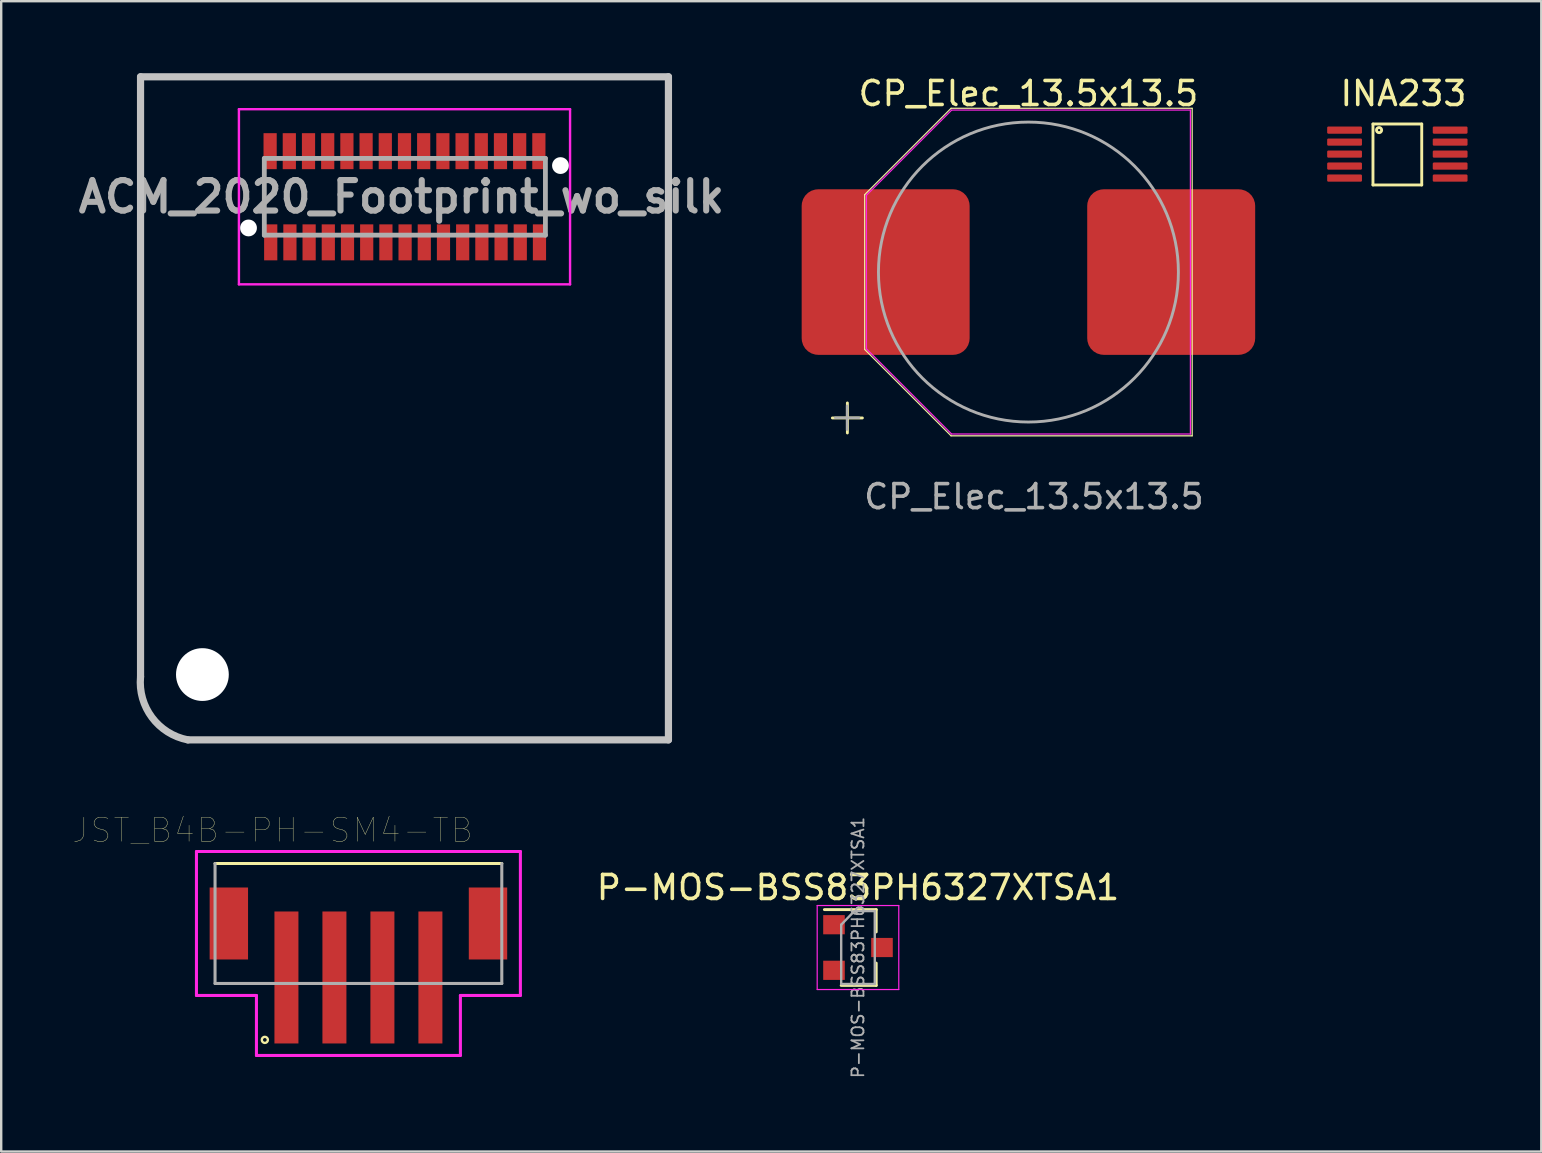
<source format=kicad_pcb>
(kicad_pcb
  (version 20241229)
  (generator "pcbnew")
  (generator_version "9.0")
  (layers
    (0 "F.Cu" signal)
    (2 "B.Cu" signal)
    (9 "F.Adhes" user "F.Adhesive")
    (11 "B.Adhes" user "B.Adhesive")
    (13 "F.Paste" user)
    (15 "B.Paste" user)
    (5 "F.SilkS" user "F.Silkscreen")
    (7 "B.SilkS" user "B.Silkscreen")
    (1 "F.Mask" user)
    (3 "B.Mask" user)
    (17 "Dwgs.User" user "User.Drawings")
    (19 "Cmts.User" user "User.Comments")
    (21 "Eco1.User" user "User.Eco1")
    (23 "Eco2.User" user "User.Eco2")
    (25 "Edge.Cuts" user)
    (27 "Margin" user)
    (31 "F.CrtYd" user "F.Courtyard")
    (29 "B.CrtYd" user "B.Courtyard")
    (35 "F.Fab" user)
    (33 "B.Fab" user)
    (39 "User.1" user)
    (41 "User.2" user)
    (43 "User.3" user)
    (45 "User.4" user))
  (footprint "CP_Elec_13.5x13.5"
    (layer "F.Cu")
    (at 39.809 8.288)
    (property "Reference" "CP_Elec_13.5x13.5" (at 0 -7.44 0) (layer "F.SilkS") (effects (font (size 1 1) (thickness 0.15))))
    (attr smd)
    (fp_line (start -8.17 6.08) (end -6.92 6.08) (stroke (width 0.12) (type solid)) (layer "F.SilkS"))
    (fp_line (start -7.545 5.455) (end -7.545 6.705) (stroke (width 0.12) (type solid)) (layer "F.SilkS"))
    (fp_line (start -6.825 -3.225) (end -3.225 -6.825) (stroke (width 0.05) (type solid)) (layer "F.SilkS"))
    (fp_line (start -6.825 3.225) (end -6.825 -3.225) (stroke (width 0.05) (type solid)) (layer "F.SilkS"))
    (fp_line (start -3.225 -6.825) (end 6.825 -6.825) (stroke (width 0.05) (type solid)) (layer "F.SilkS"))
    (fp_line (start -3.225 6.825) (end -6.825 3.225) (stroke (width 0.05) (type solid)) (layer "F.SilkS"))
    (fp_line (start 6.825 -6.825) (end 6.825 6.825) (stroke (width 0.05) (type solid)) (layer "F.SilkS"))
    (fp_line (start 6.825 6.825) (end -3.225 6.825) (stroke (width 0.05) (type solid)) (layer "F.SilkS"))
    (fp_line (start -6.75 -3.2) (end -6.75 3.2) (stroke (width 0.05) (type solid)) (layer "F.CrtYd"))
    (fp_line (start -6.75 -3.2) (end -3.2 -6.75) (stroke (width 0.05) (type solid)) (layer "F.CrtYd"))
    (fp_line (start -6.75 3.2) (end -3.2 6.75) (stroke (width 0.05) (type solid)) (layer "F.CrtYd"))
    (fp_line (start -3.2 -6.75) (end 6.75 -6.75) (stroke (width 0.05) (type solid)) (layer "F.CrtYd"))
    (fp_line (start -3.2 6.75) (end 6.75 6.75) (stroke (width 0.05) (type solid)) (layer "F.CrtYd"))
    (fp_line (start 6.75 -6.75) (end 6.75 6.75) (stroke (width 0.05) (type solid)) (layer "F.CrtYd"))
    (fp_line (start -8.058 6.07) (end -7.058 6.07) (stroke (width 0.1) (type solid)) (layer "F.Fab"))
    (fp_line (start -7.558 5.57) (end -7.558 6.57) (stroke (width 0.1) (type solid)) (layer "F.Fab"))
    (fp_circle (center 0 0) (end 6.25 0) (stroke (width 0.12) (type solid)) (fill no) (layer "F.Fab"))
    (fp_text user "${REFERENCE}" (at 0.23 9.36 0) (layer "F.Fab") (effects (font (size 1 1) (thickness 0.15))))
    (pad "1" smd roundrect (at -5.95 0) (size 7 6.9) (layers "F.Cu" "F.Mask" "F.Paste") (roundrect_rratio 0.1))
    (pad "2" smd roundrect (at 5.95 0) (size 7 6.9) (layers "F.Cu" "F.Mask" "F.Paste") (roundrect_rratio 0.1)))
  (footprint "P-MOS-BSS83PH6327XTSA1"
    (layer "F.Cu")
    (at 32.706 36.437)
    (property "Reference" "P-MOS-BSS83PH6327XTSA1" (at 0 -2.5 0) (layer "F.SilkS") (effects (font (size 1 1) (thickness 0.15))))
    (attr smd)
    (fp_line (start 0.76 -1.58) (end -1.4 -1.58) (stroke (width 0.12) (type solid)) (layer "F.SilkS"))
    (fp_line (start 0.76 -1.58) (end 0.76 -0.65) (stroke (width 0.12) (type solid)) (layer "F.SilkS"))
    (fp_line (start 0.76 1.58) (end -0.7 1.58) (stroke (width 0.12) (type solid)) (layer "F.SilkS"))
    (fp_line (start 0.76 1.58) (end 0.76 0.65) (stroke (width 0.12) (type solid)) (layer "F.SilkS"))
    (fp_line (start -1.7 -1.75) (end 1.7 -1.75) (stroke (width 0.05) (type solid)) (layer "F.CrtYd"))
    (fp_line (start -1.7 1.75) (end -1.7 -1.75) (stroke (width 0.05) (type solid)) (layer "F.CrtYd"))
    (fp_line (start 1.7 -1.75) (end 1.7 1.75) (stroke (width 0.05) (type solid)) (layer "F.CrtYd"))
    (fp_line (start 1.7 1.75) (end -1.7 1.75) (stroke (width 0.05) (type solid)) (layer "F.CrtYd"))
    (fp_line (start -0.7 -0.95) (end -0.7 1.5) (stroke (width 0.1) (type solid)) (layer "F.Fab"))
    (fp_line (start -0.7 -0.95) (end -0.15 -1.52) (stroke (width 0.1) (type solid)) (layer "F.Fab"))
    (fp_line (start -0.7 1.52) (end 0.7 1.52) (stroke (width 0.1) (type solid)) (layer "F.Fab"))
    (fp_line (start -0.15 -1.52) (end 0.7 -1.52) (stroke (width 0.1) (type solid)) (layer "F.Fab"))
    (fp_line (start 0.7 -1.52) (end 0.7 1.52) (stroke (width 0.1) (type solid)) (layer "F.Fab"))
    (fp_text user "${REFERENCE}" (at 0 0 90) (layer "F.Fab") (effects (font (size 0.5 0.5) (thickness 0.075))))
    (pad "1" smd rect (at -1 -0.95) (size 0.9 0.8) (layers "F.Cu" "F.Mask" "F.Paste"))
    (pad "2" smd rect (at -1 0.95) (size 0.9 0.8) (layers "F.Cu" "F.Mask" "F.Paste"))
    (pad "3" smd rect (at 1 0) (size 0.9 0.8) (layers "F.Cu" "F.Mask" "F.Paste")))
  (footprint "ACM_2020_Footprint_wo_silk"
    (layer "F.Cu")
    (at 13.807 5.15)
    (property "Reference" "ACM_2020_Footprint_wo_silk" (at -0.127 0 180) (layer "Eco1.User") (effects (font (size 1.27 1.27) (thickness 0.254))))
    (attr through_hole)
    (fp_line (start -11 -5) (end -11 20) (stroke (width 0.3) (type solid)) (layer "Dwgs.User"))
    (fp_line (start -11 -5) (end 11 -5) (stroke (width 0.3) (type solid)) (layer "Dwgs.User"))
    (fp_line (start 11 -5) (end 11 22.634) (stroke (width 0.3) (type solid)) (layer "Dwgs.User"))
    (fp_line (start 11 22.634) (end -9.026 22.634) (stroke (width 0.3) (type solid)) (layer "Dwgs.User"))
    (fp_arc (start -9.027064 22.634233) (mid -10.522425 21.698257) (end -11 20) (stroke (width 0.3) (type solid)) (layer "Dwgs.User"))
    (fp_line (start -6.9 -3.65) (end 6.9 -3.65) (stroke (width 0.1) (type solid)) (layer "F.CrtYd"))
    (fp_line (start -6.9 3.65) (end -6.9 -3.65) (stroke (width 0.1) (type solid)) (layer "F.CrtYd"))
    (fp_line (start 6.9 -3.65) (end 6.9 3.65) (stroke (width 0.1) (type solid)) (layer "F.CrtYd"))
    (fp_line (start 6.9 3.65) (end -6.9 3.65) (stroke (width 0.1) (type solid)) (layer "F.CrtYd"))
    (fp_line (start -5.842 -1.6) (end 5.873 -1.6) (stroke (width 0.2) (type solid)) (layer "F.Fab"))
    (fp_line (start -5.842 1.6) (end -5.842 -1.6) (stroke (width 0.2) (type solid)) (layer "F.Fab"))
    (fp_line (start 5.873 -1.6) (end 5.873 1.6) (stroke (width 0.2) (type solid)) (layer "F.Fab"))
    (fp_line (start 5.873 1.6) (end -5.842 1.6) (stroke (width 0.2) (type solid)) (layer "F.Fab"))
    (fp_text user "${REFERENCE}" (at -0.127 0 180) (layer "F.Fab") (effects (font (size 1.27 1.27) (thickness 0.254))))
    (pad "" np_thru_hole circle (at -8.422 19.912) (size 2.2 2.2) (drill 2.2) (layers "*.Cu" "*.Mask"))
    (pad "" np_thru_hole circle (at -6.5 1.3) (size 0.7 0.7) (drill 0.7) (layers "*.Cu" "*.Mask"))
    (pad "" np_thru_hole circle (at 6.5 -1.3) (size 0.7 0.7) (drill 0.7) (layers "*.Cu" "*.Mask"))
    (pad "1" smd rect (at 5.625 1.9) (size 0.55 1.5) (layers "F.Cu" "F.Mask" "F.Paste"))
    (pad "2" smd rect (at 5.6 -1.9) (size 0.55 1.5) (layers "F.Cu" "F.Mask" "F.Paste"))
    (pad "3" smd rect (at 4.825 1.9) (size 0.55 1.5) (layers "F.Cu" "F.Mask" "F.Paste"))
    (pad "4" smd rect (at 4.8 -1.9) (size 0.55 1.5) (layers "F.Cu" "F.Mask" "F.Paste"))
    (pad "5" smd rect (at 4.025 1.9) (size 0.55 1.5) (layers "F.Cu" "F.Mask" "F.Paste"))
    (pad "6" smd rect (at 4 -1.9) (size 0.55 1.5) (layers "F.Cu" "F.Mask" "F.Paste"))
    (pad "7" smd rect (at 3.225 1.9) (size 0.55 1.5) (layers "F.Cu" "F.Mask" "F.Paste"))
    (pad "8" smd rect (at 3.2 -1.9) (size 0.55 1.5) (layers "F.Cu" "F.Mask" "F.Paste"))
    (pad "9" smd rect (at 2.425 1.9) (size 0.55 1.5) (layers "F.Cu" "F.Mask" "F.Paste"))
    (pad "10" smd rect (at 2.4 -1.9) (size 0.55 1.5) (layers "F.Cu" "F.Mask" "F.Paste"))
    (pad "11" smd rect (at 1.625 1.9) (size 0.55 1.5) (layers "F.Cu" "F.Mask" "F.Paste"))
    (pad "12" smd rect (at 1.6 -1.9) (size 0.55 1.5) (layers "F.Cu" "F.Mask" "F.Paste"))
    (pad "13" smd rect (at 0.825 1.9) (size 0.55 1.5) (layers "F.Cu" "F.Mask" "F.Paste"))
    (pad "14" smd rect (at 0.8 -1.9) (size 0.55 1.5) (layers "F.Cu" "F.Mask" "F.Paste"))
    (pad "15" smd rect (at 0.025 1.9) (size 0.55 1.5) (layers "F.Cu" "F.Mask" "F.Paste"))
    (pad "16" smd rect (at 0 -1.9) (size 0.55 1.5) (layers "F.Cu" "F.Mask" "F.Paste"))
    (pad "17" smd rect (at -0.775 1.9) (size 0.55 1.5) (layers "F.Cu" "F.Mask" "F.Paste"))
    (pad "18" smd rect (at -0.8 -1.9) (size 0.55 1.5) (layers "F.Cu" "F.Mask" "F.Paste"))
    (pad "19" smd rect (at -1.575 1.9) (size 0.55 1.5) (layers "F.Cu" "F.Mask" "F.Paste"))
    (pad "20" smd rect (at -1.6 -1.9) (size 0.55 1.5) (layers "F.Cu" "F.Mask" "F.Paste"))
    (pad "21" smd rect (at -2.375 1.9) (size 0.55 1.5) (layers "F.Cu" "F.Mask" "F.Paste"))
    (pad "22" smd rect (at -2.4 -1.9) (size 0.55 1.5) (layers "F.Cu" "F.Mask" "F.Paste"))
    (pad "23" smd rect (at -3.175 1.9) (size 0.55 1.5) (layers "F.Cu" "F.Mask" "F.Paste"))
    (pad "24" smd rect (at -3.2 -1.9) (size 0.55 1.5) (layers "F.Cu" "F.Mask" "F.Paste"))
    (pad "25" smd rect (at -3.975 1.9) (size 0.55 1.5) (layers "F.Cu" "F.Mask" "F.Paste"))
    (pad "26" smd rect (at -4 -1.9) (size 0.55 1.5) (layers "F.Cu" "F.Mask" "F.Paste"))
    (pad "27" smd rect (at -4.775 1.9) (size 0.55 1.5) (layers "F.Cu" "F.Mask" "F.Paste"))
    (pad "28" smd rect (at -4.8 -1.9) (size 0.55 1.5) (layers "F.Cu" "F.Mask" "F.Paste"))
    (pad "29" smd rect (at -5.575 1.9) (size 0.55 1.5) (layers "F.Cu" "F.Mask" "F.Paste"))
    (pad "30" smd rect (at -5.6 -1.9) (size 0.55 1.5) (layers "F.Cu" "F.Mask" "F.Paste")))
  (footprint "JST_B4B-PH-SM4-TB"
    (layer "F.Cu")
    (at 11.887 37.686)
    (property "Reference" "JST_B4B-PH-SM4-TB" (at -3.578 -6.139 0) (layer "F.SilkS") (effects (font (size 1.001 1.001) (thickness 0.015))))
    (attr through_hole)
    (fp_line (start 5.975 -4.75) (end -5.975 -4.75) (stroke (width 0.127) (type solid)) (layer "F.SilkS"))
    (fp_circle (center -3.9 2.6) (end -3.773 2.6) (stroke (width 0.1) (type solid)) (fill no) (layer "F.SilkS"))
    (fp_line (start -6.75 -5.25) (end -6.75 0.75) (stroke (width 0.127) (type solid)) (layer "F.CrtYd"))
    (fp_line (start -6.75 0.75) (end -4.25 0.75) (stroke (width 0.127) (type solid)) (layer "F.CrtYd"))
    (fp_line (start -4.25 0.75) (end -4.25 3.25) (stroke (width 0.127) (type solid)) (layer "F.CrtYd"))
    (fp_line (start -4.25 3.25) (end 4.25 3.25) (stroke (width 0.127) (type solid)) (layer "F.CrtYd"))
    (fp_line (start 4.25 0.75) (end 6.75 0.75) (stroke (width 0.127) (type solid)) (layer "F.CrtYd"))
    (fp_line (start 4.25 3.25) (end 4.25 0.75) (stroke (width 0.127) (type solid)) (layer "F.CrtYd"))
    (fp_line (start 6.75 -5.25) (end -6.75 -5.25) (stroke (width 0.127) (type solid)) (layer "F.CrtYd"))
    (fp_line (start 6.75 0.75) (end 6.75 -5.25) (stroke (width 0.127) (type solid)) (layer "F.CrtYd"))
    (fp_line (start -5.975 -4.75) (end -5.975 0.25) (stroke (width 0.127) (type solid)) (layer "F.Fab"))
    (fp_line (start -5.975 0.25) (end 5.975 0.25) (stroke (width 0.127) (type solid)) (layer "F.Fab"))
    (fp_line (start 5.975 0.25) (end 5.975 -4.75) (stroke (width 0.127) (type solid)) (layer "F.Fab"))
    (pad "1" smd rect (at -3 0) (size 1 5.5) (layers "F.Cu" "F.Mask" "F.Paste"))
    (pad "2" smd rect (at -1 0) (size 1 5.5) (layers "F.Cu" "F.Mask" "F.Paste"))
    (pad "3" smd rect (at 1 0) (size 1 5.5) (layers "F.Cu" "F.Mask" "F.Paste"))
    (pad "4" smd rect (at 3 0) (size 1 5.5) (layers "F.Cu" "F.Mask" "F.Paste"))
    (pad "P1" smd rect (at -5.4 -2.25) (size 1.6 3) (layers "F.Cu" "F.Mask" "F.Paste"))
    (pad "P2" smd rect (at 5.4 -2.25) (size 1.6 3) (layers "F.Cu" "F.Mask" "F.Paste")))
  (footprint "INA233"
    (layer "F.Cu")
    (at 55.184 2.372)
    (property "Reference" "INA233" (at 0.254 -1.524 0) (layer "F.SilkS") (effects (font (size 1 1) (thickness 0.15))))
    (attr through_hole)
    (fp_line (start -1.016 -0.254) (end -1.016 2.286) (stroke (width 0.12) (type solid)) (layer "F.SilkS"))
    (fp_line (start -1.016 2.286) (end 1.016 2.286) (stroke (width 0.12) (type solid)) (layer "F.SilkS"))
    (fp_line (start 1.016 -0.254) (end -1.016 -0.254) (stroke (width 0.12) (type solid)) (layer "F.SilkS"))
    (fp_line (start 1.016 2.286) (end 1.016 -0.254) (stroke (width 0.12) (type solid)) (layer "F.SilkS"))
    (fp_circle (center -0.762 0) (end -0.686 0.076) (stroke (width 0.12) (type solid)) (fill no) (layer "F.SilkS"))
    (pad "1" smd roundrect (at -2.2 0 270) (size 0.3 1.45) (layers "F.Cu" "F.Mask" "F.Paste") (roundrect_rratio 0.167))
    (pad "2" smd roundrect (at -2.2 0.5 270) (size 0.3 1.45) (layers "F.Cu" "F.Mask" "F.Paste") (roundrect_rratio 0.167))
    (pad "3" smd roundrect (at -2.2 1 270) (size 0.3 1.45) (layers "F.Cu" "F.Mask" "F.Paste") (roundrect_rratio 0.167))
    (pad "4" smd roundrect (at -2.2 1.5 270) (size 0.3 1.45) (layers "F.Cu" "F.Mask" "F.Paste") (roundrect_rratio 0.167))
    (pad "5" smd roundrect (at -2.2 2 270) (size 0.3 1.45) (layers "F.Cu" "F.Mask" "F.Paste") (roundrect_rratio 0.167))
    (pad "6" smd roundrect (at 2.2 2 270) (size 0.3 1.45) (layers "F.Cu" "F.Mask" "F.Paste") (roundrect_rratio 0.167))
    (pad "7" smd roundrect (at 2.2 1.5 270) (size 0.3 1.45) (layers "F.Cu" "F.Mask" "F.Paste") (roundrect_rratio 0.167))
    (pad "8" smd roundrect (at 2.2 1 270) (size 0.3 1.45) (layers "F.Cu" "F.Mask" "F.Paste") (roundrect_rratio 0.167))
    (pad "9" smd roundrect (at 2.2 0.5 270) (size 0.3 1.45) (layers "F.Cu" "F.Mask" "F.Paste") (roundrect_rratio 0.167))
    (pad "10" smd roundrect (at 2.2 0 270) (size 0.3 1.45) (layers "F.Cu" "F.Mask" "F.Paste") (roundrect_rratio 0.167)))
  (gr_rect
    (start -3 -3)
    (end 61.182 44.94)
    (stroke (width 0.1) (type default))
    (fill no)
    (layer "Edge.Cuts")))
</source>
